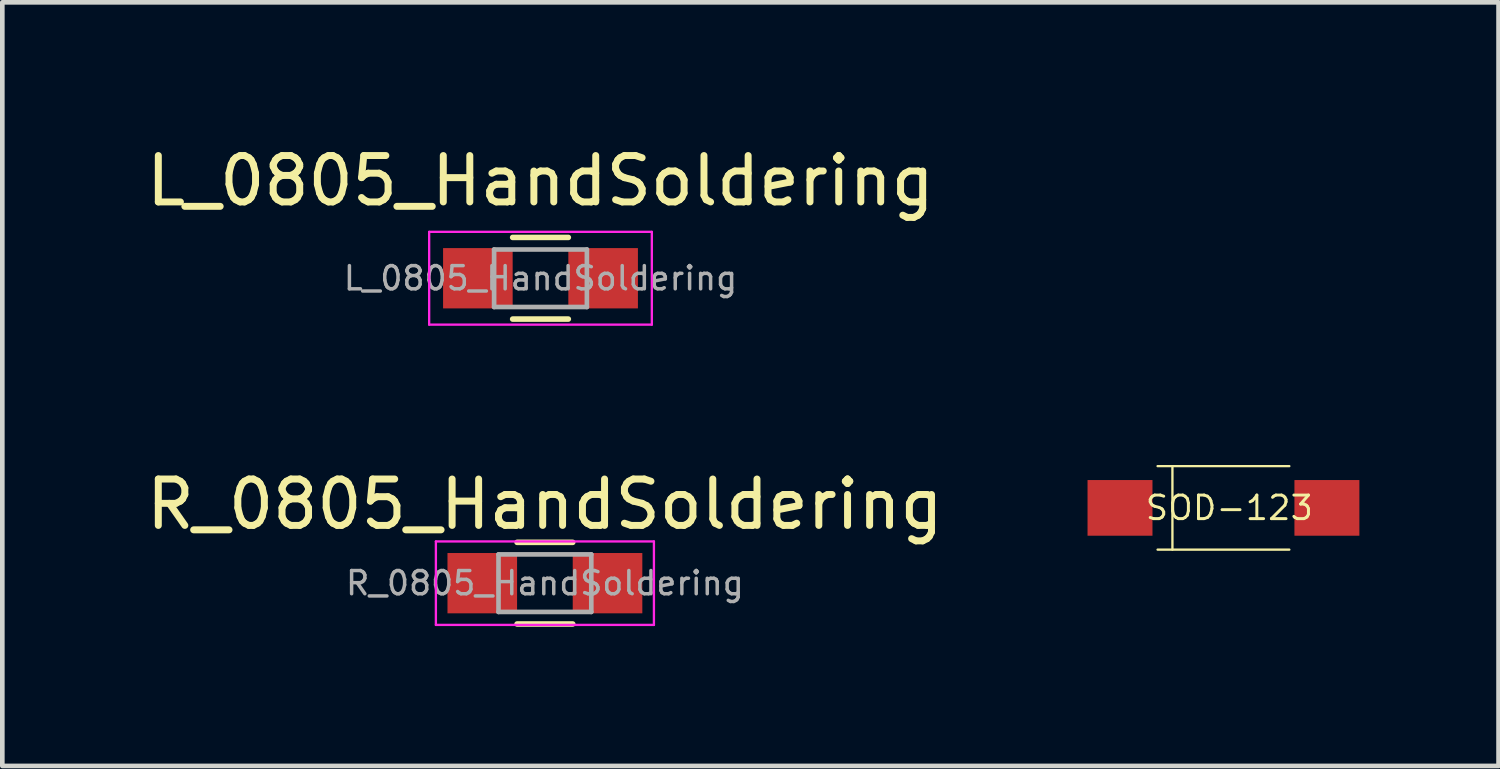
<source format=kicad_pcb>
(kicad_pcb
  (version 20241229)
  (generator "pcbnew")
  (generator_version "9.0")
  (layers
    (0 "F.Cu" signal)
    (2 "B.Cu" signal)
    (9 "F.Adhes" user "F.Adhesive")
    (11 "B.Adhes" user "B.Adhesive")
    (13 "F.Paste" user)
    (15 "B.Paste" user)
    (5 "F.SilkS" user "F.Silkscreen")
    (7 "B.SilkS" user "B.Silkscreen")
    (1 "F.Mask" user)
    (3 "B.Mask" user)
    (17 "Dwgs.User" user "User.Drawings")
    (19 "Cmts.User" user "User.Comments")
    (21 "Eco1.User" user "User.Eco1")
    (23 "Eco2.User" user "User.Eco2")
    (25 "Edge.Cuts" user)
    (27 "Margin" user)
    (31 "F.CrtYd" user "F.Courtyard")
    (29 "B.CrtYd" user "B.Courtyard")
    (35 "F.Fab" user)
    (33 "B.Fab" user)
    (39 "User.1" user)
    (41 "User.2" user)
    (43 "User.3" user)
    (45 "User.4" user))
  (footprint "SOD-123"
    (layer "F.Cu")
    (at 23.323 7.898)
    (property "Reference" "SOD-123" (at 0.127 0 0) (layer "F.SilkS") (effects (font (size 0.508 0.508) (thickness 0.064))))
    (attr through_hole)
    (fp_line (start -1.42 0.9) (end 1.42 0.9) (stroke (width 0.05) (type solid)) (layer "F.SilkS"))
    (fp_line (start -1.1 0.9) (end -1.1 -0.9) (stroke (width 0.05) (type solid)) (layer "F.SilkS"))
    (fp_line (start 1.42 -0.9) (end -1.42 -0.9) (stroke (width 0.05) (type solid)) (layer "F.SilkS"))
    (pad "1" smd rect (at -2.23 0) (size 1.4 1.2) (layers "F.Cu" "F.Mask" "F.Paste"))
    (pad "2" smd rect (at 2.23 0) (size 1.4 1.2) (layers "F.Cu" "F.Mask" "F.Paste")))
  (footprint "L_0805_HandSoldering"
    (layer "F.Cu")
    (at 8.601 2.948)
    (property "Reference" "L_0805_HandSoldering" (at 0 -2.1 0) (layer "F.SilkS") (effects (font (size 1 1) (thickness 0.15))))
    (attr smd)
    (fp_line (start -0.6 -0.88) (end 0.6 -0.88) (stroke (width 0.12) (type solid)) (layer "F.SilkS"))
    (fp_line (start 0.6 0.88) (end -0.6 0.88) (stroke (width 0.12) (type solid)) (layer "F.SilkS"))
    (fp_line (start -2.4 -1) (end -2.4 1) (stroke (width 0.05) (type solid)) (layer "F.CrtYd"))
    (fp_line (start -2.4 -1) (end 2.4 -1) (stroke (width 0.05) (type solid)) (layer "F.CrtYd"))
    (fp_line (start -2.4 1) (end 2.4 1) (stroke (width 0.05) (type solid)) (layer "F.CrtYd"))
    (fp_line (start 2.4 -1) (end 2.4 1) (stroke (width 0.05) (type solid)) (layer "F.CrtYd"))
    (fp_line (start -1 -0.62) (end 1 -0.62) (stroke (width 0.1) (type solid)) (layer "F.Fab"))
    (fp_line (start -1 0.62) (end -1 -0.62) (stroke (width 0.1) (type solid)) (layer "F.Fab"))
    (fp_line (start 1 -0.62) (end 1 0.62) (stroke (width 0.1) (type solid)) (layer "F.Fab"))
    (fp_line (start 1 0.62) (end -1 0.62) (stroke (width 0.1) (type solid)) (layer "F.Fab"))
    (fp_text user "${REFERENCE}" (at 0 0 0) (layer "F.Fab") (effects (font (size 0.5 0.5) (thickness 0.075))))
    (pad "1" smd rect (at -1.35 0) (size 1.5 1.3) (layers "F.Cu" "F.Mask" "F.Paste"))
    (pad "2" smd rect (at 1.35 0) (size 1.5 1.3) (layers "F.Cu" "F.Mask" "F.Paste")))
  (footprint "R_0805_HandSoldering"
    (layer "F.Cu")
    (at 8.696 9.521)
    (property "Reference" "R_0805_HandSoldering" (at 0 -1.7 0) (layer "F.SilkS") (effects (font (size 1 1) (thickness 0.15))))
    (attr smd)
    (fp_line (start -0.6 -0.88) (end 0.6 -0.88) (stroke (width 0.12) (type solid)) (layer "F.SilkS"))
    (fp_line (start 0.6 0.88) (end -0.6 0.88) (stroke (width 0.12) (type solid)) (layer "F.SilkS"))
    (fp_line (start -2.35 -0.9) (end -2.35 0.9) (stroke (width 0.05) (type solid)) (layer "F.CrtYd"))
    (fp_line (start -2.35 -0.9) (end 2.35 -0.9) (stroke (width 0.05) (type solid)) (layer "F.CrtYd"))
    (fp_line (start 2.35 0.9) (end -2.35 0.9) (stroke (width 0.05) (type solid)) (layer "F.CrtYd"))
    (fp_line (start 2.35 0.9) (end 2.35 -0.9) (stroke (width 0.05) (type solid)) (layer "F.CrtYd"))
    (fp_line (start -1 -0.62) (end 1 -0.62) (stroke (width 0.1) (type solid)) (layer "F.Fab"))
    (fp_line (start -1 0.62) (end -1 -0.62) (stroke (width 0.1) (type solid)) (layer "F.Fab"))
    (fp_line (start 1 -0.62) (end 1 0.62) (stroke (width 0.1) (type solid)) (layer "F.Fab"))
    (fp_line (start 1 0.62) (end -1 0.62) (stroke (width 0.1) (type solid)) (layer "F.Fab"))
    (fp_text user "${REFERENCE}" (at 0 0 0) (layer "F.Fab") (effects (font (size 0.5 0.5) (thickness 0.075))))
    (pad "1" smd rect (at -1.35 0) (size 1.5 1.3) (layers "F.Cu" "F.Mask" "F.Paste"))
    (pad "2" smd rect (at 1.35 0) (size 1.5 1.3) (layers "F.Cu" "F.Mask" "F.Paste")))
  (gr_rect
    (start -3 -3)
    (end 29.253 13.461)
    (stroke (width 0.1) (type default))
    (fill no)
    (layer "Edge.Cuts")))
</source>
